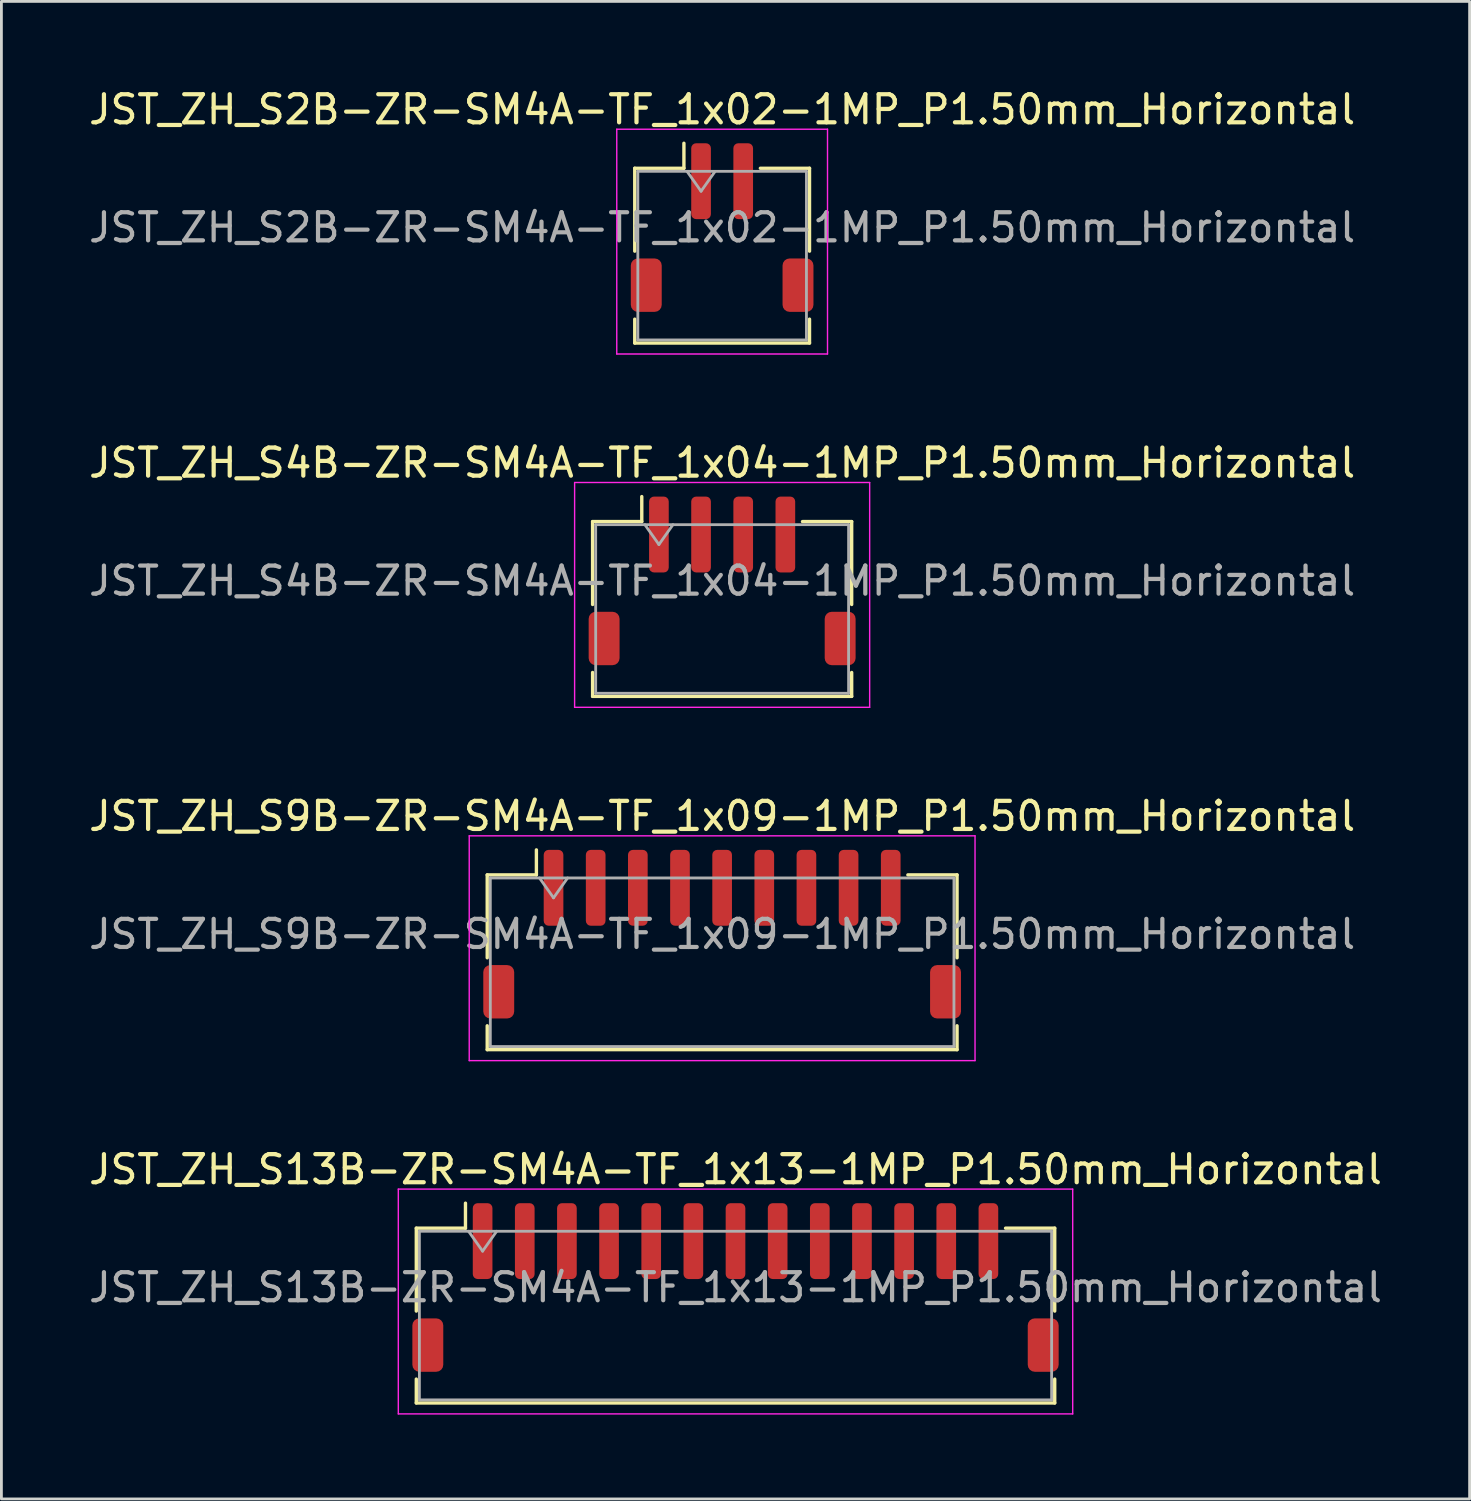
<source format=kicad_pcb>
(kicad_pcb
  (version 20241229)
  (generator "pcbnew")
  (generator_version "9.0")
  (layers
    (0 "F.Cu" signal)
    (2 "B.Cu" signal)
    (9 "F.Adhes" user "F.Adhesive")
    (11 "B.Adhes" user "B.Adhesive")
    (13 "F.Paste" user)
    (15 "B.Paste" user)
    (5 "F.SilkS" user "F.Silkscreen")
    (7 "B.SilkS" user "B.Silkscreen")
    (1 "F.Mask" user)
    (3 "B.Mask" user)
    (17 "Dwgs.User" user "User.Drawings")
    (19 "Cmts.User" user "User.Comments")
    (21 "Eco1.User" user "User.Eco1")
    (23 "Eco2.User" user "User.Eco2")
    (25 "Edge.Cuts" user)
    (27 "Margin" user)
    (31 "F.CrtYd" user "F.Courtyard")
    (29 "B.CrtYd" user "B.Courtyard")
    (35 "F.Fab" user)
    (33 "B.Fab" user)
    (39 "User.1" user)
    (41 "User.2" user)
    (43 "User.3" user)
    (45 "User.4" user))
  (footprint "JST_ZH_S2B-ZR-SM4A-TF_1x02-1MP_P1.50mm_Horizontal"
    (layer "F.Cu")
    (at 22.649 5.048)
    (property "Reference" "JST_ZH_S2B-ZR-SM4A-TF_1x02-1MP_P1.50mm_Horizontal" (at 0 -4.2 0) (layer "F.SilkS") (effects (font (size 1 1) (thickness 0.15))))
    (attr smd)
    (fp_line (start -3.11 -2.11) (end -1.36 -2.11) (stroke (width 0.12) (type solid)) (layer "F.SilkS"))
    (fp_line (start -3.11 0.84) (end -3.11 -2.11) (stroke (width 0.12) (type solid)) (layer "F.SilkS"))
    (fp_line (start -3.11 3.26) (end -3.11 4.11) (stroke (width 0.12) (type solid)) (layer "F.SilkS"))
    (fp_line (start -3.11 4.11) (end 3.11 4.11) (stroke (width 0.12) (type solid)) (layer "F.SilkS"))
    (fp_line (start -1.36 -2.11) (end -1.36 -3) (stroke (width 0.12) (type solid)) (layer "F.SilkS"))
    (fp_line (start 3.11 -2.11) (end 1.36 -2.11) (stroke (width 0.12) (type solid)) (layer "F.SilkS"))
    (fp_line (start 3.11 0.84) (end 3.11 -2.11) (stroke (width 0.12) (type solid)) (layer "F.SilkS"))
    (fp_line (start 3.11 4.11) (end 3.11 3.26) (stroke (width 0.12) (type solid)) (layer "F.SilkS"))
    (fp_line (start -3.75 -3.5) (end -3.75 4.5) (stroke (width 0.05) (type solid)) (layer "F.CrtYd"))
    (fp_line (start -3.75 4.5) (end 3.75 4.5) (stroke (width 0.05) (type solid)) (layer "F.CrtYd"))
    (fp_line (start 3.75 -3.5) (end -3.75 -3.5) (stroke (width 0.05) (type solid)) (layer "F.CrtYd"))
    (fp_line (start 3.75 4.5) (end 3.75 -3.5) (stroke (width 0.05) (type solid)) (layer "F.CrtYd"))
    (fp_line (start -3 -2) (end -3 4) (stroke (width 0.1) (type solid)) (layer "F.Fab"))
    (fp_line (start -3 -2) (end 3 -2) (stroke (width 0.1) (type solid)) (layer "F.Fab"))
    (fp_line (start -3 4) (end 3 4) (stroke (width 0.1) (type solid)) (layer "F.Fab"))
    (fp_line (start -1.25 -2) (end -0.75 -1.293) (stroke (width 0.1) (type solid)) (layer "F.Fab"))
    (fp_line (start -0.75 -1.293) (end -0.25 -2) (stroke (width 0.1) (type solid)) (layer "F.Fab"))
    (fp_line (start 3 -2) (end 3 4) (stroke (width 0.1) (type solid)) (layer "F.Fab"))
    (fp_text user "${REFERENCE}" (at 0 0 0) (layer "F.Fab") (effects (font (size 1 1) (thickness 0.15))))
    (pad "1" smd roundrect (at -0.75 -1.65) (size 0.7 2.7) (layers "F.Cu" "F.Mask" "F.Paste") (roundrect_rratio 0.25))
    (pad "2" smd roundrect (at 0.75 -1.65) (size 0.7 2.7) (layers "F.Cu" "F.Mask" "F.Paste") (roundrect_rratio 0.25))
    (pad "MP" smd roundrect (at -2.7 2.05) (size 1.1 1.9) (layers "F.Cu" "F.Mask" "F.Paste") (roundrect_rratio 0.227))
    (pad "MP" smd roundrect (at 2.7 2.05) (size 1.1 1.9) (layers "F.Cu" "F.Mask" "F.Paste") (roundrect_rratio 0.227)))
  (footprint "JST_ZH_S9B-ZR-SM4A-TF_1x09-1MP_P1.50mm_Horizontal"
    (layer "F.Cu")
    (at 22.649 30.195)
    (property "Reference" "JST_ZH_S9B-ZR-SM4A-TF_1x09-1MP_P1.50mm_Horizontal" (at 0 -4.2 0) (layer "F.SilkS") (effects (font (size 1 1) (thickness 0.15))))
    (attr smd)
    (fp_line (start -8.36 -2.11) (end -6.61 -2.11) (stroke (width 0.12) (type solid)) (layer "F.SilkS"))
    (fp_line (start -8.36 0.84) (end -8.36 -2.11) (stroke (width 0.12) (type solid)) (layer "F.SilkS"))
    (fp_line (start -8.36 3.26) (end -8.36 4.11) (stroke (width 0.12) (type solid)) (layer "F.SilkS"))
    (fp_line (start -8.36 4.11) (end 8.36 4.11) (stroke (width 0.12) (type solid)) (layer "F.SilkS"))
    (fp_line (start -6.61 -2.11) (end -6.61 -3) (stroke (width 0.12) (type solid)) (layer "F.SilkS"))
    (fp_line (start 8.36 -2.11) (end 6.61 -2.11) (stroke (width 0.12) (type solid)) (layer "F.SilkS"))
    (fp_line (start 8.36 0.84) (end 8.36 -2.11) (stroke (width 0.12) (type solid)) (layer "F.SilkS"))
    (fp_line (start 8.36 4.11) (end 8.36 3.26) (stroke (width 0.12) (type solid)) (layer "F.SilkS"))
    (fp_line (start -9 -3.5) (end -9 4.5) (stroke (width 0.05) (type solid)) (layer "F.CrtYd"))
    (fp_line (start -9 4.5) (end 9 4.5) (stroke (width 0.05) (type solid)) (layer "F.CrtYd"))
    (fp_line (start 9 -3.5) (end -9 -3.5) (stroke (width 0.05) (type solid)) (layer "F.CrtYd"))
    (fp_line (start 9 4.5) (end 9 -3.5) (stroke (width 0.05) (type solid)) (layer "F.CrtYd"))
    (fp_line (start -8.25 -2) (end -8.25 4) (stroke (width 0.1) (type solid)) (layer "F.Fab"))
    (fp_line (start -8.25 -2) (end 8.25 -2) (stroke (width 0.1) (type solid)) (layer "F.Fab"))
    (fp_line (start -8.25 4) (end 8.25 4) (stroke (width 0.1) (type solid)) (layer "F.Fab"))
    (fp_line (start -6.5 -2) (end -6 -1.293) (stroke (width 0.1) (type solid)) (layer "F.Fab"))
    (fp_line (start -6 -1.293) (end -5.5 -2) (stroke (width 0.1) (type solid)) (layer "F.Fab"))
    (fp_line (start 8.25 -2) (end 8.25 4) (stroke (width 0.1) (type solid)) (layer "F.Fab"))
    (fp_text user "${REFERENCE}" (at 0 0 0) (layer "F.Fab") (effects (font (size 1 1) (thickness 0.15))))
    (pad "1" smd roundrect (at -6 -1.65) (size 0.7 2.7) (layers "F.Cu" "F.Mask" "F.Paste") (roundrect_rratio 0.25))
    (pad "2" smd roundrect (at -4.5 -1.65) (size 0.7 2.7) (layers "F.Cu" "F.Mask" "F.Paste") (roundrect_rratio 0.25))
    (pad "3" smd roundrect (at -3 -1.65) (size 0.7 2.7) (layers "F.Cu" "F.Mask" "F.Paste") (roundrect_rratio 0.25))
    (pad "4" smd roundrect (at -1.5 -1.65) (size 0.7 2.7) (layers "F.Cu" "F.Mask" "F.Paste") (roundrect_rratio 0.25))
    (pad "5" smd roundrect (at 0 -1.65) (size 0.7 2.7) (layers "F.Cu" "F.Mask" "F.Paste") (roundrect_rratio 0.25))
    (pad "6" smd roundrect (at 1.5 -1.65) (size 0.7 2.7) (layers "F.Cu" "F.Mask" "F.Paste") (roundrect_rratio 0.25))
    (pad "7" smd roundrect (at 3 -1.65) (size 0.7 2.7) (layers "F.Cu" "F.Mask" "F.Paste") (roundrect_rratio 0.25))
    (pad "8" smd roundrect (at 4.5 -1.65) (size 0.7 2.7) (layers "F.Cu" "F.Mask" "F.Paste") (roundrect_rratio 0.25))
    (pad "9" smd roundrect (at 6 -1.65) (size 0.7 2.7) (layers "F.Cu" "F.Mask" "F.Paste") (roundrect_rratio 0.25))
    (pad "MP" smd roundrect (at -7.95 2.05) (size 1.1 1.9) (layers "F.Cu" "F.Mask" "F.Paste") (roundrect_rratio 0.227))
    (pad "MP" smd roundrect (at 7.95 2.05) (size 1.1 1.9) (layers "F.Cu" "F.Mask" "F.Paste") (roundrect_rratio 0.227)))
  (footprint "JST_ZH_S13B-ZR-SM4A-TF_1x13-1MP_P1.50mm_Horizontal"
    (layer "F.Cu")
    (at 23.125 42.768)
    (property "Reference" "JST_ZH_S13B-ZR-SM4A-TF_1x13-1MP_P1.50mm_Horizontal" (at 0 -4.2 0) (layer "F.SilkS") (effects (font (size 1 1) (thickness 0.15))))
    (attr smd)
    (fp_line (start -11.36 -2.11) (end -9.61 -2.11) (stroke (width 0.12) (type solid)) (layer "F.SilkS"))
    (fp_line (start -11.36 0.84) (end -11.36 -2.11) (stroke (width 0.12) (type solid)) (layer "F.SilkS"))
    (fp_line (start -11.36 3.26) (end -11.36 4.11) (stroke (width 0.12) (type solid)) (layer "F.SilkS"))
    (fp_line (start -11.36 4.11) (end 11.36 4.11) (stroke (width 0.12) (type solid)) (layer "F.SilkS"))
    (fp_line (start -9.61 -2.11) (end -9.61 -3) (stroke (width 0.12) (type solid)) (layer "F.SilkS"))
    (fp_line (start 11.36 -2.11) (end 9.61 -2.11) (stroke (width 0.12) (type solid)) (layer "F.SilkS"))
    (fp_line (start 11.36 0.84) (end 11.36 -2.11) (stroke (width 0.12) (type solid)) (layer "F.SilkS"))
    (fp_line (start 11.36 4.11) (end 11.36 3.26) (stroke (width 0.12) (type solid)) (layer "F.SilkS"))
    (fp_line (start -12 -3.5) (end -12 4.5) (stroke (width 0.05) (type solid)) (layer "F.CrtYd"))
    (fp_line (start -12 4.5) (end 12 4.5) (stroke (width 0.05) (type solid)) (layer "F.CrtYd"))
    (fp_line (start 12 -3.5) (end -12 -3.5) (stroke (width 0.05) (type solid)) (layer "F.CrtYd"))
    (fp_line (start 12 4.5) (end 12 -3.5) (stroke (width 0.05) (type solid)) (layer "F.CrtYd"))
    (fp_line (start -11.25 -2) (end -11.25 4) (stroke (width 0.1) (type solid)) (layer "F.Fab"))
    (fp_line (start -11.25 -2) (end 11.25 -2) (stroke (width 0.1) (type solid)) (layer "F.Fab"))
    (fp_line (start -11.25 4) (end 11.25 4) (stroke (width 0.1) (type solid)) (layer "F.Fab"))
    (fp_line (start -9.5 -2) (end -9 -1.293) (stroke (width 0.1) (type solid)) (layer "F.Fab"))
    (fp_line (start -9 -1.293) (end -8.5 -2) (stroke (width 0.1) (type solid)) (layer "F.Fab"))
    (fp_line (start 11.25 -2) (end 11.25 4) (stroke (width 0.1) (type solid)) (layer "F.Fab"))
    (fp_text user "${REFERENCE}" (at 0 0 0) (layer "F.Fab") (effects (font (size 1 1) (thickness 0.15))))
    (pad "1" smd roundrect (at -9 -1.65) (size 0.7 2.7) (layers "F.Cu" "F.Mask" "F.Paste") (roundrect_rratio 0.25))
    (pad "2" smd roundrect (at -7.5 -1.65) (size 0.7 2.7) (layers "F.Cu" "F.Mask" "F.Paste") (roundrect_rratio 0.25))
    (pad "3" smd roundrect (at -6 -1.65) (size 0.7 2.7) (layers "F.Cu" "F.Mask" "F.Paste") (roundrect_rratio 0.25))
    (pad "4" smd roundrect (at -4.5 -1.65) (size 0.7 2.7) (layers "F.Cu" "F.Mask" "F.Paste") (roundrect_rratio 0.25))
    (pad "5" smd roundrect (at -3 -1.65) (size 0.7 2.7) (layers "F.Cu" "F.Mask" "F.Paste") (roundrect_rratio 0.25))
    (pad "6" smd roundrect (at -1.5 -1.65) (size 0.7 2.7) (layers "F.Cu" "F.Mask" "F.Paste") (roundrect_rratio 0.25))
    (pad "7" smd roundrect (at 0 -1.65) (size 0.7 2.7) (layers "F.Cu" "F.Mask" "F.Paste") (roundrect_rratio 0.25))
    (pad "8" smd roundrect (at 1.5 -1.65) (size 0.7 2.7) (layers "F.Cu" "F.Mask" "F.Paste") (roundrect_rratio 0.25))
    (pad "9" smd roundrect (at 3 -1.65) (size 0.7 2.7) (layers "F.Cu" "F.Mask" "F.Paste") (roundrect_rratio 0.25))
    (pad "10" smd roundrect (at 4.5 -1.65) (size 0.7 2.7) (layers "F.Cu" "F.Mask" "F.Paste") (roundrect_rratio 0.25))
    (pad "11" smd roundrect (at 6 -1.65) (size 0.7 2.7) (layers "F.Cu" "F.Mask" "F.Paste") (roundrect_rratio 0.25))
    (pad "12" smd roundrect (at 7.5 -1.65) (size 0.7 2.7) (layers "F.Cu" "F.Mask" "F.Paste") (roundrect_rratio 0.25))
    (pad "13" smd roundrect (at 9 -1.65) (size 0.7 2.7) (layers "F.Cu" "F.Mask" "F.Paste") (roundrect_rratio 0.25))
    (pad "MP" smd roundrect (at -10.95 2.05) (size 1.1 1.9) (layers "F.Cu" "F.Mask" "F.Paste") (roundrect_rratio 0.227))
    (pad "MP" smd roundrect (at 10.95 2.05) (size 1.1 1.9) (layers "F.Cu" "F.Mask" "F.Paste") (roundrect_rratio 0.227)))
  (footprint "JST_ZH_S4B-ZR-SM4A-TF_1x04-1MP_P1.50mm_Horizontal"
    (layer "F.Cu")
    (at 22.649 17.622)
    (property "Reference" "JST_ZH_S4B-ZR-SM4A-TF_1x04-1MP_P1.50mm_Horizontal" (at 0 -4.2 0) (layer "F.SilkS") (effects (font (size 1 1) (thickness 0.15))))
    (attr smd)
    (fp_line (start -4.61 -2.11) (end -2.86 -2.11) (stroke (width 0.12) (type solid)) (layer "F.SilkS"))
    (fp_line (start -4.61 0.84) (end -4.61 -2.11) (stroke (width 0.12) (type solid)) (layer "F.SilkS"))
    (fp_line (start -4.61 3.26) (end -4.61 4.11) (stroke (width 0.12) (type solid)) (layer "F.SilkS"))
    (fp_line (start -4.61 4.11) (end 4.61 4.11) (stroke (width 0.12) (type solid)) (layer "F.SilkS"))
    (fp_line (start -2.86 -2.11) (end -2.86 -3) (stroke (width 0.12) (type solid)) (layer "F.SilkS"))
    (fp_line (start 4.61 -2.11) (end 2.86 -2.11) (stroke (width 0.12) (type solid)) (layer "F.SilkS"))
    (fp_line (start 4.61 0.84) (end 4.61 -2.11) (stroke (width 0.12) (type solid)) (layer "F.SilkS"))
    (fp_line (start 4.61 4.11) (end 4.61 3.26) (stroke (width 0.12) (type solid)) (layer "F.SilkS"))
    (fp_line (start -5.25 -3.5) (end -5.25 4.5) (stroke (width 0.05) (type solid)) (layer "F.CrtYd"))
    (fp_line (start -5.25 4.5) (end 5.25 4.5) (stroke (width 0.05) (type solid)) (layer "F.CrtYd"))
    (fp_line (start 5.25 -3.5) (end -5.25 -3.5) (stroke (width 0.05) (type solid)) (layer "F.CrtYd"))
    (fp_line (start 5.25 4.5) (end 5.25 -3.5) (stroke (width 0.05) (type solid)) (layer "F.CrtYd"))
    (fp_line (start -4.5 -2) (end -4.5 4) (stroke (width 0.1) (type solid)) (layer "F.Fab"))
    (fp_line (start -4.5 -2) (end 4.5 -2) (stroke (width 0.1) (type solid)) (layer "F.Fab"))
    (fp_line (start -4.5 4) (end 4.5 4) (stroke (width 0.1) (type solid)) (layer "F.Fab"))
    (fp_line (start -2.75 -2) (end -2.25 -1.293) (stroke (width 0.1) (type solid)) (layer "F.Fab"))
    (fp_line (start -2.25 -1.293) (end -1.75 -2) (stroke (width 0.1) (type solid)) (layer "F.Fab"))
    (fp_line (start 4.5 -2) (end 4.5 4) (stroke (width 0.1) (type solid)) (layer "F.Fab"))
    (fp_text user "${REFERENCE}" (at 0 0 0) (layer "F.Fab") (effects (font (size 1 1) (thickness 0.15))))
    (pad "1" smd roundrect (at -2.25 -1.65) (size 0.7 2.7) (layers "F.Cu" "F.Mask" "F.Paste") (roundrect_rratio 0.25))
    (pad "2" smd roundrect (at -0.75 -1.65) (size 0.7 2.7) (layers "F.Cu" "F.Mask" "F.Paste") (roundrect_rratio 0.25))
    (pad "3" smd roundrect (at 0.75 -1.65) (size 0.7 2.7) (layers "F.Cu" "F.Mask" "F.Paste") (roundrect_rratio 0.25))
    (pad "4" smd roundrect (at 2.25 -1.65) (size 0.7 2.7) (layers "F.Cu" "F.Mask" "F.Paste") (roundrect_rratio 0.25))
    (pad "MP" smd roundrect (at -4.2 2.05) (size 1.1 1.9) (layers "F.Cu" "F.Mask" "F.Paste") (roundrect_rratio 0.227))
    (pad "MP" smd roundrect (at 4.2 2.05) (size 1.1 1.9) (layers "F.Cu" "F.Mask" "F.Paste") (roundrect_rratio 0.227)))
  (gr_rect
    (start -3 -3)
    (end 49.25 50.293)
    (stroke (width 0.1) (type default))
    (fill no)
    (layer "Edge.Cuts")))
</source>
